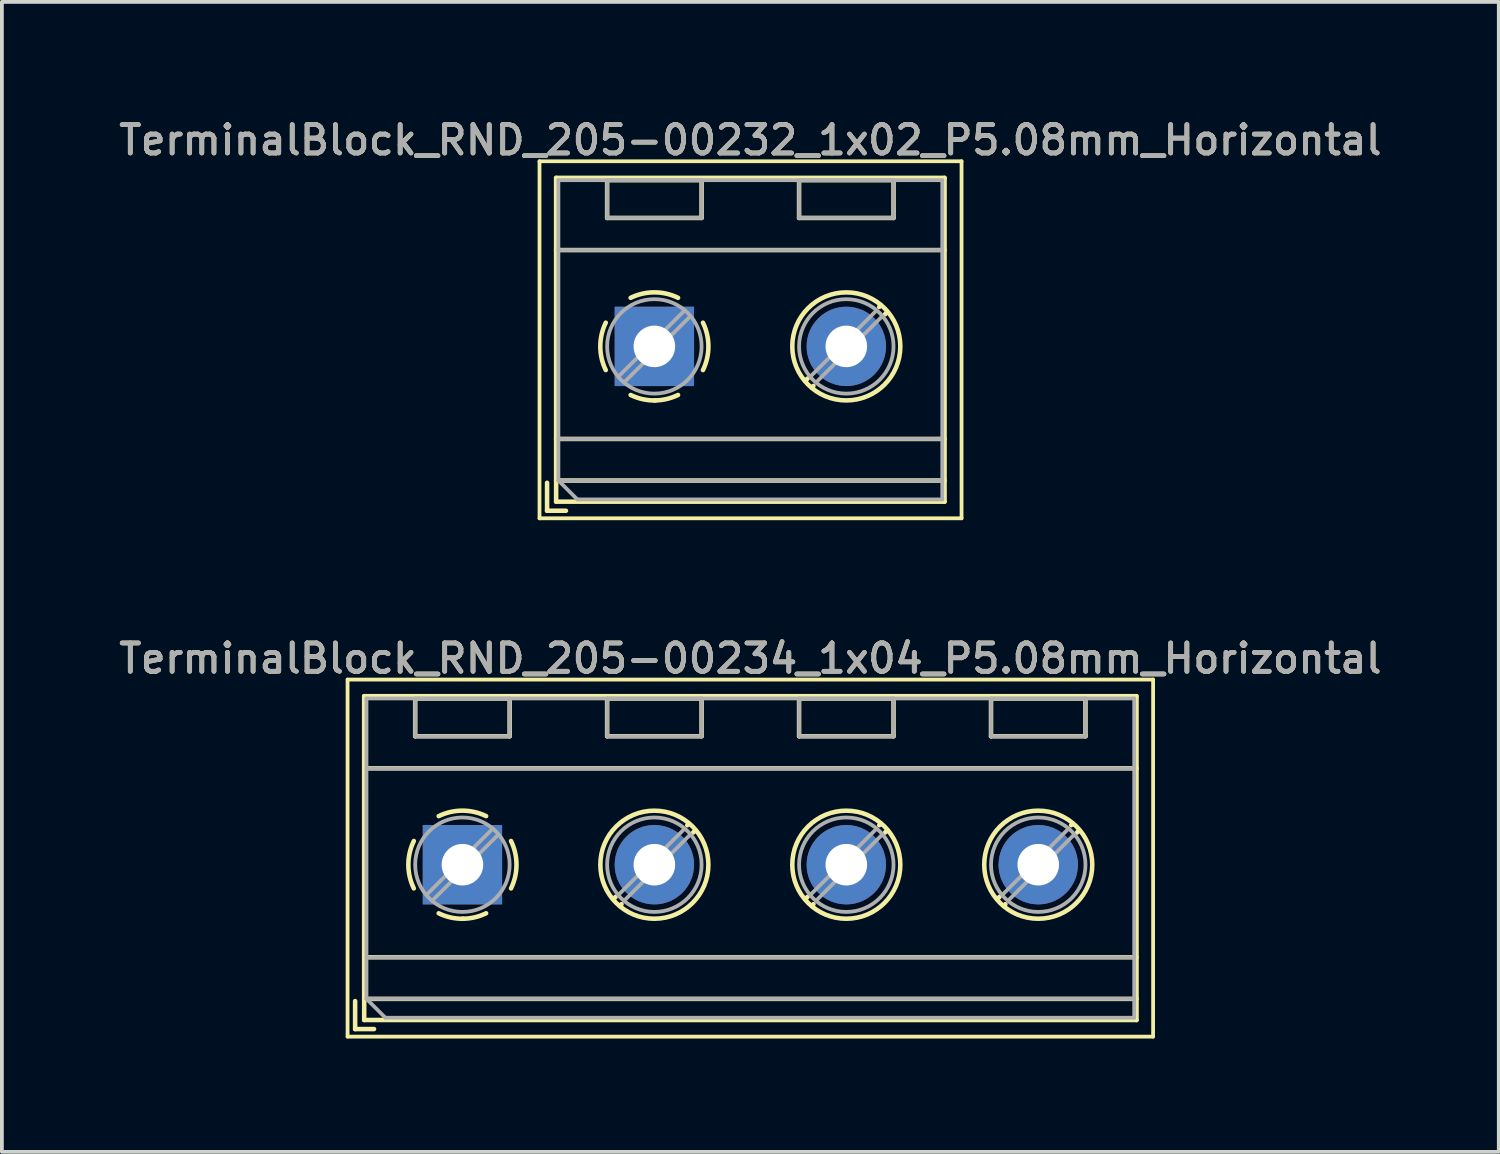
<source format=kicad_pcb>
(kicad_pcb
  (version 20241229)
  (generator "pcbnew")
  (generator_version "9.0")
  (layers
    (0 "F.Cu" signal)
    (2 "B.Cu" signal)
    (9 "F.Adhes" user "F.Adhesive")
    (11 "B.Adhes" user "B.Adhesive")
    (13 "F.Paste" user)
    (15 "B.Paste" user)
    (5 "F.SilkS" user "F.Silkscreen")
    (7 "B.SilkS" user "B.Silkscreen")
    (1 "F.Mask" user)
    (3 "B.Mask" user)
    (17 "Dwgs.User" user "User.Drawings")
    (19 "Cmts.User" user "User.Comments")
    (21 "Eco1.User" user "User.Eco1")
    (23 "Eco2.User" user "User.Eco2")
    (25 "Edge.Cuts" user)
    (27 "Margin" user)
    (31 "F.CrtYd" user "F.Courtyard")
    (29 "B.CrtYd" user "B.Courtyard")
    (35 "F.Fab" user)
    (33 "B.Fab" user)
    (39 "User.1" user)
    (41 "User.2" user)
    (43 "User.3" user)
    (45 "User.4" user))
  (footprint "TerminalBlock_RND_205-00232_1x02_P5.08mm_Horizontal"
    (layer "F.Cu")
    (at 14.269 6.118)
    (property "Reference" "TerminalBlock_RND_205-00232_1x02_P5.08mm_Horizontal" (at 2.54 -5.46 0) (layer "F.SilkS") (effects (font (size 0.75 0.75) (thickness 0.125))))
    (attr through_hole)
    (fp_line (start -3.04 -4.9) (end -3.04 4.55) (stroke (width 0.1) (type solid)) (layer "F.SilkS"))
    (fp_line (start -3.04 4.55) (end 8.13 4.55) (stroke (width 0.1) (type solid)) (layer "F.SilkS"))
    (fp_line (start -2.84 3.61) (end -2.84 4.35) (stroke (width 0.12) (type solid)) (layer "F.SilkS"))
    (fp_line (start -2.84 4.35) (end -2.34 4.35) (stroke (width 0.12) (type solid)) (layer "F.SilkS"))
    (fp_line (start -2.6 -4.46) (end -2.6 4.11) (stroke (width 0.12) (type solid)) (layer "F.SilkS"))
    (fp_line (start -2.6 -4.46) (end 7.68 -4.46) (stroke (width 0.12) (type solid)) (layer "F.SilkS"))
    (fp_line (start -2.6 -2.55) (end 7.68 -2.55) (stroke (width 0.12) (type solid)) (layer "F.SilkS"))
    (fp_line (start -2.6 2.45) (end 7.68 2.45) (stroke (width 0.12) (type solid)) (layer "F.SilkS"))
    (fp_line (start -2.6 3.55) (end 7.68 3.55) (stroke (width 0.12) (type solid)) (layer "F.SilkS"))
    (fp_line (start -2.6 4.11) (end 7.68 4.11) (stroke (width 0.12) (type solid)) (layer "F.SilkS"))
    (fp_line (start -1.25 -4.4) (end -1.25 -3.4) (stroke (width 0.12) (type solid)) (layer "F.SilkS"))
    (fp_line (start -1.25 -4.4) (end 1.25 -4.4) (stroke (width 0.12) (type solid)) (layer "F.SilkS"))
    (fp_line (start -1.25 -3.4) (end 1.25 -3.4) (stroke (width 0.12) (type solid)) (layer "F.SilkS"))
    (fp_line (start 1.25 -4.4) (end 1.25 -3.4) (stroke (width 0.12) (type solid)) (layer "F.SilkS"))
    (fp_line (start 3.83 -4.4) (end 3.83 -3.4) (stroke (width 0.12) (type solid)) (layer "F.SilkS"))
    (fp_line (start 3.83 -4.4) (end 6.33 -4.4) (stroke (width 0.12) (type solid)) (layer "F.SilkS"))
    (fp_line (start 3.83 -3.4) (end 6.33 -3.4) (stroke (width 0.12) (type solid)) (layer "F.SilkS"))
    (fp_line (start 4.056 0.85) (end 3.996 0.91) (stroke (width 0.12) (type solid)) (layer "F.SilkS"))
    (fp_line (start 4.21 1.045) (end 4.17 1.085) (stroke (width 0.12) (type solid)) (layer "F.SilkS"))
    (fp_line (start 5.991 -1.085) (end 5.951 -1.045) (stroke (width 0.12) (type solid)) (layer "F.SilkS"))
    (fp_line (start 6.165 -0.91) (end 6.105 -0.851) (stroke (width 0.12) (type solid)) (layer "F.SilkS"))
    (fp_line (start 6.33 -4.4) (end 6.33 -3.4) (stroke (width 0.12) (type solid)) (layer "F.SilkS"))
    (fp_line (start 7.68 -4.46) (end 7.68 4.11) (stroke (width 0.12) (type solid)) (layer "F.SilkS"))
    (fp_line (start 8.13 -4.9) (end -3.04 -4.9) (stroke (width 0.1) (type solid)) (layer "F.SilkS"))
    (fp_line (start 8.13 4.55) (end 8.13 -4.9) (stroke (width 0.1) (type solid)) (layer "F.SilkS"))
    (fp_arc (start -1.286611 0.626746) (mid -1.431146 -0.000697) (end -1.286 -0.628) (stroke (width 0.12) (type solid)) (layer "F.SilkS"))
    (fp_arc (start -0.627362 -1.285823) (mid -0.000201 -1.430707) (end 0.627 -1.286) (stroke (width 0.12) (type solid)) (layer "F.SilkS"))
    (fp_arc (start 0.02428 1.43094) (mid -0.310437 1.397071) (end -0.628 1.286) (stroke (width 0.12) (type solid)) (layer "F.SilkS"))
    (fp_arc (start 0.626871 1.285275) (mid 0.32168 1.393349) (end 0 1.43) (stroke (width 0.12) (type solid)) (layer "F.SilkS"))
    (fp_arc (start 1.285823 -0.627362) (mid 1.430707 -0.000201) (end 1.286 0.627) (stroke (width 0.12) (type solid)) (layer "F.SilkS"))
    (fp_circle (center 5.08 0) (end 6.51 0) (stroke (width 0.12) (type solid)) (fill no) (layer "F.SilkS"))
    (fp_line (start -2.54 -4.4) (end 7.62 -4.4) (stroke (width 0.1) (type solid)) (layer "F.Fab"))
    (fp_line (start -2.54 -2.55) (end 7.62 -2.55) (stroke (width 0.1) (type solid)) (layer "F.Fab"))
    (fp_line (start -2.54 2.45) (end 7.62 2.45) (stroke (width 0.1) (type solid)) (layer "F.Fab"))
    (fp_line (start -2.54 3.55) (end -2.54 -4.4) (stroke (width 0.1) (type solid)) (layer "F.Fab"))
    (fp_line (start -2.54 3.55) (end 7.62 3.55) (stroke (width 0.1) (type solid)) (layer "F.Fab"))
    (fp_line (start -2.04 4.05) (end -2.54 3.55) (stroke (width 0.1) (type solid)) (layer "F.Fab"))
    (fp_line (start -1.25 -4.4) (end -1.25 -3.4) (stroke (width 0.1) (type solid)) (layer "F.Fab"))
    (fp_line (start -1.25 -3.4) (end 1.25 -3.4) (stroke (width 0.1) (type solid)) (layer "F.Fab"))
    (fp_line (start 0.796 -0.948) (end -0.949 0.796) (stroke (width 0.1) (type solid)) (layer "F.Fab"))
    (fp_line (start 0.949 -0.796) (end -0.796 0.948) (stroke (width 0.1) (type solid)) (layer "F.Fab"))
    (fp_line (start 1.25 -4.4) (end -1.25 -4.4) (stroke (width 0.1) (type solid)) (layer "F.Fab"))
    (fp_line (start 1.25 -3.4) (end 1.25 -4.4) (stroke (width 0.1) (type solid)) (layer "F.Fab"))
    (fp_line (start 3.83 -4.4) (end 3.83 -3.4) (stroke (width 0.1) (type solid)) (layer "F.Fab"))
    (fp_line (start 3.83 -3.4) (end 6.33 -3.4) (stroke (width 0.1) (type solid)) (layer "F.Fab"))
    (fp_line (start 5.876 -0.948) (end 4.132 0.796) (stroke (width 0.1) (type solid)) (layer "F.Fab"))
    (fp_line (start 6.029 -0.796) (end 4.285 0.948) (stroke (width 0.1) (type solid)) (layer "F.Fab"))
    (fp_line (start 6.33 -4.4) (end 3.83 -4.4) (stroke (width 0.1) (type solid)) (layer "F.Fab"))
    (fp_line (start 6.33 -3.4) (end 6.33 -4.4) (stroke (width 0.1) (type solid)) (layer "F.Fab"))
    (fp_line (start 7.62 -4.4) (end 7.62 4.05) (stroke (width 0.1) (type solid)) (layer "F.Fab"))
    (fp_line (start 7.62 4.05) (end -2.04 4.05) (stroke (width 0.1) (type solid)) (layer "F.Fab"))
    (fp_circle (center 0 0) (end 1.25 0) (stroke (width 0.1) (type solid)) (fill no) (layer "F.Fab"))
    (fp_circle (center 5.08 0) (end 6.33 0) (stroke (width 0.1) (type solid)) (fill no) (layer "F.Fab"))
    (fp_text user "${REFERENCE}" (at 2.54 -5.46 0) (layer "F.Fab") (effects (font (size 0.75 0.75) (thickness 0.125))))
    (pad "1" thru_hole rect (at 0 0) (size 2.1 2.1) (drill 1.1) (layers "*.Cu" "*.Mask"))
    (pad "2" thru_hole circle (at 5.08 0) (size 2.1 2.1) (drill 1.1) (layers "*.Cu" "*.Mask")))
  (footprint "TerminalBlock_RND_205-00234_1x04_P5.08mm_Horizontal"
    (layer "F.Cu")
    (at 9.189 19.836)
    (property "Reference" "TerminalBlock_RND_205-00234_1x04_P5.08mm_Horizontal" (at 7.62 -5.46 0) (layer "F.SilkS") (effects (font (size 0.75 0.75) (thickness 0.125))))
    (attr through_hole)
    (fp_line (start -3.04 -4.9) (end -3.04 4.55) (stroke (width 0.1) (type solid)) (layer "F.SilkS"))
    (fp_line (start -3.04 4.55) (end 18.28 4.55) (stroke (width 0.1) (type solid)) (layer "F.SilkS"))
    (fp_line (start -2.84 3.61) (end -2.84 4.35) (stroke (width 0.12) (type solid)) (layer "F.SilkS"))
    (fp_line (start -2.84 4.35) (end -2.34 4.35) (stroke (width 0.12) (type solid)) (layer "F.SilkS"))
    (fp_line (start -2.6 -4.46) (end -2.6 4.11) (stroke (width 0.12) (type solid)) (layer "F.SilkS"))
    (fp_line (start -2.6 -4.46) (end 17.84 -4.46) (stroke (width 0.12) (type solid)) (layer "F.SilkS"))
    (fp_line (start -2.6 -2.55) (end 17.84 -2.55) (stroke (width 0.12) (type solid)) (layer "F.SilkS"))
    (fp_line (start -2.6 2.45) (end 17.84 2.45) (stroke (width 0.12) (type solid)) (layer "F.SilkS"))
    (fp_line (start -2.6 3.55) (end 17.84 3.55) (stroke (width 0.12) (type solid)) (layer "F.SilkS"))
    (fp_line (start -2.6 4.11) (end 17.84 4.11) (stroke (width 0.12) (type solid)) (layer "F.SilkS"))
    (fp_line (start -1.25 -4.4) (end -1.25 -3.4) (stroke (width 0.12) (type solid)) (layer "F.SilkS"))
    (fp_line (start -1.25 -4.4) (end 1.25 -4.4) (stroke (width 0.12) (type solid)) (layer "F.SilkS"))
    (fp_line (start -1.25 -3.4) (end 1.25 -3.4) (stroke (width 0.12) (type solid)) (layer "F.SilkS"))
    (fp_line (start 1.25 -4.4) (end 1.25 -3.4) (stroke (width 0.12) (type solid)) (layer "F.SilkS"))
    (fp_line (start 3.83 -4.4) (end 3.83 -3.4) (stroke (width 0.12) (type solid)) (layer "F.SilkS"))
    (fp_line (start 3.83 -4.4) (end 6.33 -4.4) (stroke (width 0.12) (type solid)) (layer "F.SilkS"))
    (fp_line (start 3.83 -3.4) (end 6.33 -3.4) (stroke (width 0.12) (type solid)) (layer "F.SilkS"))
    (fp_line (start 4.056 0.85) (end 3.996 0.91) (stroke (width 0.12) (type solid)) (layer "F.SilkS"))
    (fp_line (start 4.21 1.045) (end 4.17 1.085) (stroke (width 0.12) (type solid)) (layer "F.SilkS"))
    (fp_line (start 5.991 -1.085) (end 5.951 -1.045) (stroke (width 0.12) (type solid)) (layer "F.SilkS"))
    (fp_line (start 6.165 -0.91) (end 6.105 -0.851) (stroke (width 0.12) (type solid)) (layer "F.SilkS"))
    (fp_line (start 6.33 -4.4) (end 6.33 -3.4) (stroke (width 0.12) (type solid)) (layer "F.SilkS"))
    (fp_line (start 8.91 -4.4) (end 8.91 -3.4) (stroke (width 0.12) (type solid)) (layer "F.SilkS"))
    (fp_line (start 8.91 -4.4) (end 11.41 -4.4) (stroke (width 0.12) (type solid)) (layer "F.SilkS"))
    (fp_line (start 8.91 -3.4) (end 11.41 -3.4) (stroke (width 0.12) (type solid)) (layer "F.SilkS"))
    (fp_line (start 9.136 0.85) (end 9.076 0.91) (stroke (width 0.12) (type solid)) (layer "F.SilkS"))
    (fp_line (start 9.29 1.045) (end 9.25 1.085) (stroke (width 0.12) (type solid)) (layer "F.SilkS"))
    (fp_line (start 11.071 -1.085) (end 11.031 -1.045) (stroke (width 0.12) (type solid)) (layer "F.SilkS"))
    (fp_line (start 11.245 -0.91) (end 11.185 -0.851) (stroke (width 0.12) (type solid)) (layer "F.SilkS"))
    (fp_line (start 11.41 -4.4) (end 11.41 -3.4) (stroke (width 0.12) (type solid)) (layer "F.SilkS"))
    (fp_line (start 13.99 -4.4) (end 13.99 -3.4) (stroke (width 0.12) (type solid)) (layer "F.SilkS"))
    (fp_line (start 13.99 -4.4) (end 16.49 -4.4) (stroke (width 0.12) (type solid)) (layer "F.SilkS"))
    (fp_line (start 13.99 -3.4) (end 16.49 -3.4) (stroke (width 0.12) (type solid)) (layer "F.SilkS"))
    (fp_line (start 14.216 0.85) (end 14.156 0.91) (stroke (width 0.12) (type solid)) (layer "F.SilkS"))
    (fp_line (start 14.37 1.045) (end 14.33 1.085) (stroke (width 0.12) (type solid)) (layer "F.SilkS"))
    (fp_line (start 16.151 -1.085) (end 16.111 -1.045) (stroke (width 0.12) (type solid)) (layer "F.SilkS"))
    (fp_line (start 16.325 -0.91) (end 16.265 -0.851) (stroke (width 0.12) (type solid)) (layer "F.SilkS"))
    (fp_line (start 16.49 -4.4) (end 16.49 -3.4) (stroke (width 0.12) (type solid)) (layer "F.SilkS"))
    (fp_line (start 17.84 -4.46) (end 17.84 4.11) (stroke (width 0.12) (type solid)) (layer "F.SilkS"))
    (fp_line (start 18.28 -4.9) (end -3.04 -4.9) (stroke (width 0.1) (type solid)) (layer "F.SilkS"))
    (fp_line (start 18.28 4.55) (end 18.28 -4.9) (stroke (width 0.1) (type solid)) (layer "F.SilkS"))
    (fp_arc (start -1.286611 0.626746) (mid -1.431146 -0.000697) (end -1.286 -0.628) (stroke (width 0.12) (type solid)) (layer "F.SilkS"))
    (fp_arc (start -0.627362 -1.285823) (mid -0.000201 -1.430707) (end 0.627 -1.286) (stroke (width 0.12) (type solid)) (layer "F.SilkS"))
    (fp_arc (start 0.02428 1.43094) (mid -0.310437 1.397071) (end -0.628 1.286) (stroke (width 0.12) (type solid)) (layer "F.SilkS"))
    (fp_arc (start 0.626871 1.285275) (mid 0.32168 1.393349) (end 0 1.43) (stroke (width 0.12) (type solid)) (layer "F.SilkS"))
    (fp_arc (start 1.285823 -0.627362) (mid 1.430707 -0.000201) (end 1.286 0.627) (stroke (width 0.12) (type solid)) (layer "F.SilkS"))
    (fp_circle (center 5.08 0) (end 6.51 0) (stroke (width 0.12) (type solid)) (fill no) (layer "F.SilkS"))
    (fp_circle (center 10.16 0) (end 11.59 0) (stroke (width 0.12) (type solid)) (fill no) (layer "F.SilkS"))
    (fp_circle (center 15.24 0) (end 16.67 0) (stroke (width 0.12) (type solid)) (fill no) (layer "F.SilkS"))
    (fp_line (start -2.54 -4.4) (end 17.78 -4.4) (stroke (width 0.1) (type solid)) (layer "F.Fab"))
    (fp_line (start -2.54 -2.55) (end 17.78 -2.55) (stroke (width 0.1) (type solid)) (layer "F.Fab"))
    (fp_line (start -2.54 2.45) (end 17.78 2.45) (stroke (width 0.1) (type solid)) (layer "F.Fab"))
    (fp_line (start -2.54 3.55) (end -2.54 -4.4) (stroke (width 0.1) (type solid)) (layer "F.Fab"))
    (fp_line (start -2.54 3.55) (end 17.78 3.55) (stroke (width 0.1) (type solid)) (layer "F.Fab"))
    (fp_line (start -2.04 4.05) (end -2.54 3.55) (stroke (width 0.1) (type solid)) (layer "F.Fab"))
    (fp_line (start -1.25 -4.4) (end -1.25 -3.4) (stroke (width 0.1) (type solid)) (layer "F.Fab"))
    (fp_line (start -1.25 -3.4) (end 1.25 -3.4) (stroke (width 0.1) (type solid)) (layer "F.Fab"))
    (fp_line (start 0.796 -0.948) (end -0.949 0.796) (stroke (width 0.1) (type solid)) (layer "F.Fab"))
    (fp_line (start 0.949 -0.796) (end -0.796 0.948) (stroke (width 0.1) (type solid)) (layer "F.Fab"))
    (fp_line (start 1.25 -4.4) (end -1.25 -4.4) (stroke (width 0.1) (type solid)) (layer "F.Fab"))
    (fp_line (start 1.25 -3.4) (end 1.25 -4.4) (stroke (width 0.1) (type solid)) (layer "F.Fab"))
    (fp_line (start 3.83 -4.4) (end 3.83 -3.4) (stroke (width 0.1) (type solid)) (layer "F.Fab"))
    (fp_line (start 3.83 -3.4) (end 6.33 -3.4) (stroke (width 0.1) (type solid)) (layer "F.Fab"))
    (fp_line (start 5.876 -0.948) (end 4.132 0.796) (stroke (width 0.1) (type solid)) (layer "F.Fab"))
    (fp_line (start 6.029 -0.796) (end 4.285 0.948) (stroke (width 0.1) (type solid)) (layer "F.Fab"))
    (fp_line (start 6.33 -4.4) (end 3.83 -4.4) (stroke (width 0.1) (type solid)) (layer "F.Fab"))
    (fp_line (start 6.33 -3.4) (end 6.33 -4.4) (stroke (width 0.1) (type solid)) (layer "F.Fab"))
    (fp_line (start 8.91 -4.4) (end 8.91 -3.4) (stroke (width 0.1) (type solid)) (layer "F.Fab"))
    (fp_line (start 8.91 -3.4) (end 11.41 -3.4) (stroke (width 0.1) (type solid)) (layer "F.Fab"))
    (fp_line (start 10.956 -0.948) (end 9.212 0.796) (stroke (width 0.1) (type solid)) (layer "F.Fab"))
    (fp_line (start 11.109 -0.796) (end 9.365 0.948) (stroke (width 0.1) (type solid)) (layer "F.Fab"))
    (fp_line (start 11.41 -4.4) (end 8.91 -4.4) (stroke (width 0.1) (type solid)) (layer "F.Fab"))
    (fp_line (start 11.41 -3.4) (end 11.41 -4.4) (stroke (width 0.1) (type solid)) (layer "F.Fab"))
    (fp_line (start 13.99 -4.4) (end 13.99 -3.4) (stroke (width 0.1) (type solid)) (layer "F.Fab"))
    (fp_line (start 13.99 -3.4) (end 16.49 -3.4) (stroke (width 0.1) (type solid)) (layer "F.Fab"))
    (fp_line (start 16.036 -0.948) (end 14.292 0.796) (stroke (width 0.1) (type solid)) (layer "F.Fab"))
    (fp_line (start 16.189 -0.796) (end 14.445 0.948) (stroke (width 0.1) (type solid)) (layer "F.Fab"))
    (fp_line (start 16.49 -4.4) (end 13.99 -4.4) (stroke (width 0.1) (type solid)) (layer "F.Fab"))
    (fp_line (start 16.49 -3.4) (end 16.49 -4.4) (stroke (width 0.1) (type solid)) (layer "F.Fab"))
    (fp_line (start 17.78 -4.4) (end 17.78 4.05) (stroke (width 0.1) (type solid)) (layer "F.Fab"))
    (fp_line (start 17.78 4.05) (end -2.04 4.05) (stroke (width 0.1) (type solid)) (layer "F.Fab"))
    (fp_circle (center 0 0) (end 1.25 0) (stroke (width 0.1) (type solid)) (fill no) (layer "F.Fab"))
    (fp_circle (center 5.08 0) (end 6.33 0) (stroke (width 0.1) (type solid)) (fill no) (layer "F.Fab"))
    (fp_circle (center 10.16 0) (end 11.41 0) (stroke (width 0.1) (type solid)) (fill no) (layer "F.Fab"))
    (fp_circle (center 15.24 0) (end 16.49 0) (stroke (width 0.1) (type solid)) (fill no) (layer "F.Fab"))
    (fp_text user "${REFERENCE}" (at 7.62 -5.46 0) (layer "F.Fab") (effects (font (size 0.75 0.75) (thickness 0.125))))
    (pad "1" thru_hole rect (at 0 0) (size 2.1 2.1) (drill 1.1) (layers "*.Cu" "*.Mask"))
    (pad "2" thru_hole circle (at 5.08 0) (size 2.1 2.1) (drill 1.1) (layers "*.Cu" "*.Mask"))
    (pad "3" thru_hole circle (at 10.16 0) (size 2.1 2.1) (drill 1.1) (layers "*.Cu" "*.Mask"))
    (pad "4" thru_hole circle (at 15.24 0) (size 2.1 2.1) (drill 1.1) (layers "*.Cu" "*.Mask")))
  (gr_rect
    (start -3 -3)
    (end 36.618 27.436)
    (stroke (width 0.1) (type default))
    (fill no)
    (layer "Edge.Cuts")))
</source>
